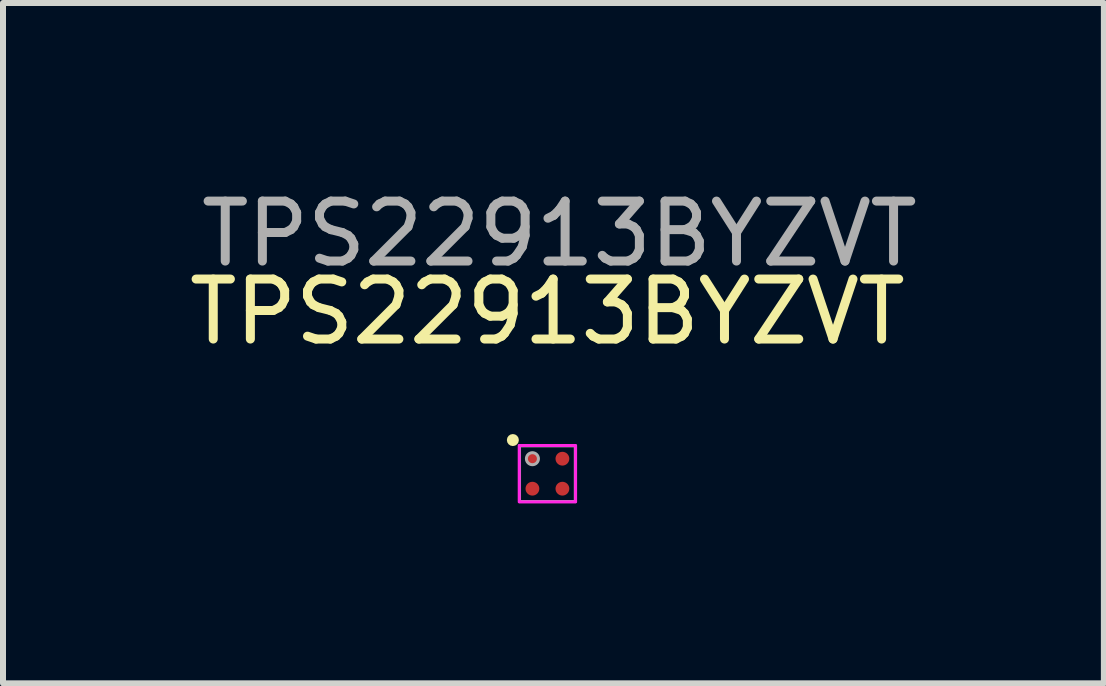
<source format=kicad_pcb>
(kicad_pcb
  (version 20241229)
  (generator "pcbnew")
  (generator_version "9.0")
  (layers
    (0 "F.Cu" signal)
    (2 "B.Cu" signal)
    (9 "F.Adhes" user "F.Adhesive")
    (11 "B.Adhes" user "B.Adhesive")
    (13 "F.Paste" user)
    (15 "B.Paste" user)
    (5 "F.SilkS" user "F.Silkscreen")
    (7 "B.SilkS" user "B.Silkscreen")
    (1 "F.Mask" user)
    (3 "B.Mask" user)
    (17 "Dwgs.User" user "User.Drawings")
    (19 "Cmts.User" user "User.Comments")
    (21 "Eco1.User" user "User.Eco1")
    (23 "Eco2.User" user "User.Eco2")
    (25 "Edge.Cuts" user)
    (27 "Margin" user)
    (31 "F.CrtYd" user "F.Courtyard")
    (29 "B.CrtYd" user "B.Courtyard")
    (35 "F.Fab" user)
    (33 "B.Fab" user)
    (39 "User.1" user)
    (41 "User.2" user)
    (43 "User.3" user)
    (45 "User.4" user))
  (footprint "TPS22913BYZVT"
    (layer "F.Cu")
    (at 6.077 4.848)
    (property "Reference" "TPS22913BYZVT" (at 0 -2.7 0) (unlocked yes) (layer "F.SilkS") (effects (font (size 1 1) (thickness 0.15))))
    (attr smd)
    (fp_circle (center -0.576 -0.561) (end -0.526 -0.561) (stroke (width 0.1) (type solid)) (fill no) (layer "F.SilkS"))
    (fp_rect (start -0.47 -0.47) (end 0.47 0.47) (stroke (width 0.05) (type default)) (fill no) (layer "F.CrtYd"))
    (fp_line (start -0.465 -0.465) (end 0.465 -0.465) (stroke (width 0.05) (type solid)) (layer "F.Fab"))
    (fp_line (start -0.465 0.465) (end -0.465 -0.465) (stroke (width 0.05) (type solid)) (layer "F.Fab"))
    (fp_line (start -0.465 0.465) (end 0.465 0.465) (stroke (width 0.05) (type solid)) (layer "F.Fab"))
    (fp_line (start 0.465 0.465) (end 0.465 -0.465) (stroke (width 0.05) (type solid)) (layer "F.Fab"))
    (fp_circle (center -0.25 -0.25) (end -0.15 -0.25) (stroke (width 0.05) (type solid)) (fill no) (layer "F.Fab"))
    (fp_text user "${REFERENCE}" (at 0.2 -4 0) (unlocked yes) (layer "F.Fab") (effects (font (size 1 1) (thickness 0.15))))
    (pad "A1" smd circle (at -0.25 -0.25) (size 0.23 0.23) (layers "F.Cu" "F.Mask" "F.Paste"))
    (pad "A2" smd circle (at 0.25 -0.25) (size 0.23 0.23) (layers "F.Cu" "F.Mask" "F.Paste"))
    (pad "B1" smd circle (at -0.25 0.25) (size 0.23 0.23) (layers "F.Cu" "F.Mask" "F.Paste"))
    (pad "B2" smd circle (at 0.25 0.25) (size 0.23 0.23) (layers "F.Cu" "F.Mask" "F.Paste")))
  (gr_rect
    (start -3 -3)
    (end 15.355 8.343)
    (stroke (width 0.1) (type default))
    (fill no)
    (layer "Edge.Cuts")))
</source>
